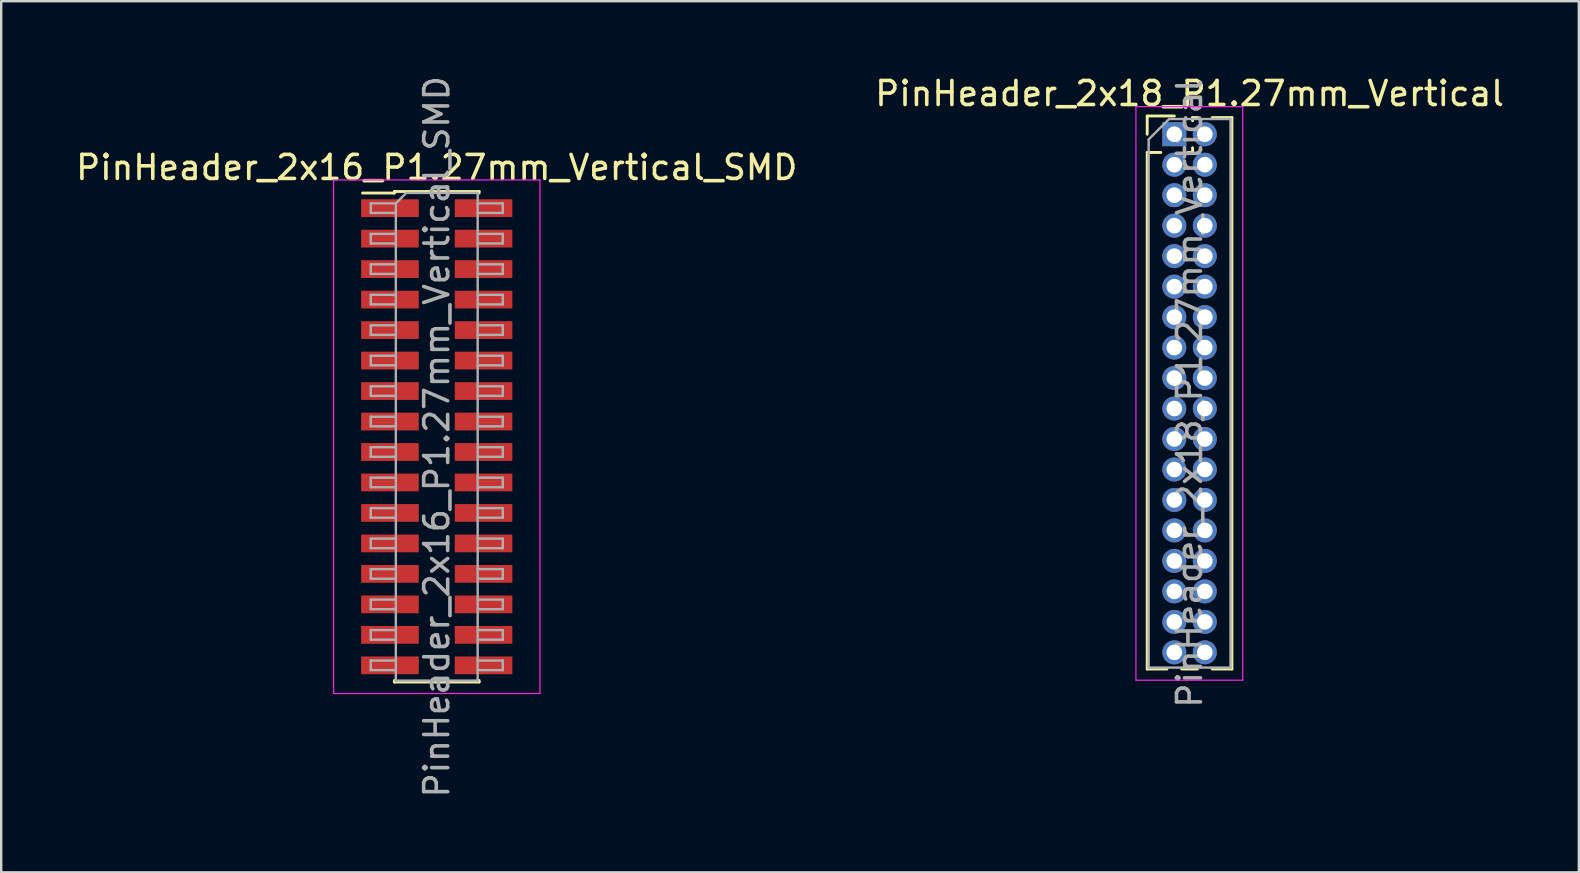
<source format=kicad_pcb>
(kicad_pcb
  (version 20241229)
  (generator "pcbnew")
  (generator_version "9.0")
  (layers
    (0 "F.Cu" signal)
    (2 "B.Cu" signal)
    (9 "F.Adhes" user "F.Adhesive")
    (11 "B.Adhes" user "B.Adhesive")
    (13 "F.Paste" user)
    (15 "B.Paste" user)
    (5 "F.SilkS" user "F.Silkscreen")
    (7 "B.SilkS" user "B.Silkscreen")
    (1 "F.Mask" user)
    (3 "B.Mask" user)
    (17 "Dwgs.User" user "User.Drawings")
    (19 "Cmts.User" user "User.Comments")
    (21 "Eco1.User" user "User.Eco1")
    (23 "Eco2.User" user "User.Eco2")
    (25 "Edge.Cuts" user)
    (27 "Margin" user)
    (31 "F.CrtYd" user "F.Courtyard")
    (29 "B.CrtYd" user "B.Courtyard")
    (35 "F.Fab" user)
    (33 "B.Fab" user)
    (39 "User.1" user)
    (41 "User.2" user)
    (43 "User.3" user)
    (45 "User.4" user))
  (footprint "PinHeader_2x18_P1.27mm_Vertical"
    (layer "F.Cu")
    (at 45.883 2.543)
    (property "Reference" "PinHeader_2x18_P1.27mm_Vertical" (at 0.635 -1.695 0) (layer "F.SilkS") (effects (font (size 1 1) (thickness 0.15))))
    (attr through_hole)
    (fp_line (start -1.13 -0.76) (end 0 -0.76) (stroke (width 0.12) (type solid)) (layer "F.SilkS"))
    (fp_line (start -1.13 0) (end -1.13 -0.76) (stroke (width 0.12) (type solid)) (layer "F.SilkS"))
    (fp_line (start -1.13 0.76) (end -1.13 22.285) (stroke (width 0.12) (type solid)) (layer "F.SilkS"))
    (fp_line (start -1.13 0.76) (end -0.563 0.76) (stroke (width 0.12) (type solid)) (layer "F.SilkS"))
    (fp_line (start -1.13 22.285) (end -0.308 22.285) (stroke (width 0.12) (type solid)) (layer "F.SilkS"))
    (fp_line (start 0.308 22.285) (end 0.962 22.285) (stroke (width 0.12) (type solid)) (layer "F.SilkS"))
    (fp_line (start 0.563 0.76) (end 0.707 0.76) (stroke (width 0.12) (type solid)) (layer "F.SilkS"))
    (fp_line (start 0.76 -0.695) (end 0.962 -0.695) (stroke (width 0.12) (type solid)) (layer "F.SilkS"))
    (fp_line (start 0.76 -0.563) (end 0.76 -0.695) (stroke (width 0.12) (type solid)) (layer "F.SilkS"))
    (fp_line (start 0.76 0.707) (end 0.76 0.563) (stroke (width 0.12) (type solid)) (layer "F.SilkS"))
    (fp_line (start 1.578 -0.695) (end 2.4 -0.695) (stroke (width 0.12) (type solid)) (layer "F.SilkS"))
    (fp_line (start 1.578 22.285) (end 2.4 22.285) (stroke (width 0.12) (type solid)) (layer "F.SilkS"))
    (fp_line (start 2.4 -0.695) (end 2.4 22.285) (stroke (width 0.12) (type solid)) (layer "F.SilkS"))
    (fp_line (start -1.6 -1.15) (end -1.6 22.75) (stroke (width 0.05) (type solid)) (layer "F.CrtYd"))
    (fp_line (start -1.6 22.75) (end 2.85 22.75) (stroke (width 0.05) (type solid)) (layer "F.CrtYd"))
    (fp_line (start 2.85 -1.15) (end -1.6 -1.15) (stroke (width 0.05) (type solid)) (layer "F.CrtYd"))
    (fp_line (start 2.85 22.75) (end 2.85 -1.15) (stroke (width 0.05) (type solid)) (layer "F.CrtYd"))
    (fp_line (start -1.07 0.217) (end -0.217 -0.635) (stroke (width 0.1) (type solid)) (layer "F.Fab"))
    (fp_line (start -1.07 22.225) (end -1.07 0.217) (stroke (width 0.1) (type solid)) (layer "F.Fab"))
    (fp_line (start -0.217 -0.635) (end 2.34 -0.635) (stroke (width 0.1) (type solid)) (layer "F.Fab"))
    (fp_line (start 2.34 -0.635) (end 2.34 22.225) (stroke (width 0.1) (type solid)) (layer "F.Fab"))
    (fp_line (start 2.34 22.225) (end -1.07 22.225) (stroke (width 0.1) (type solid)) (layer "F.Fab"))
    (fp_text user "${REFERENCE}" (at 0.635 10.795 90) (layer "F.Fab") (effects (font (size 1 1) (thickness 0.15))))
    (pad "1" thru_hole rect (at 0 0) (size 1 1) (drill 0.65) (layers "*.Cu" "*.Mask"))
    (pad "2" thru_hole oval (at 1.27 0) (size 1 1) (drill 0.65) (layers "*.Cu" "*.Mask"))
    (pad "3" thru_hole oval (at 0 1.27) (size 1 1) (drill 0.65) (layers "*.Cu" "*.Mask"))
    (pad "4" thru_hole oval (at 1.27 1.27) (size 1 1) (drill 0.65) (layers "*.Cu" "*.Mask"))
    (pad "5" thru_hole oval (at 0 2.54) (size 1 1) (drill 0.65) (layers "*.Cu" "*.Mask"))
    (pad "6" thru_hole oval (at 1.27 2.54) (size 1 1) (drill 0.65) (layers "*.Cu" "*.Mask"))
    (pad "7" thru_hole oval (at 0 3.81) (size 1 1) (drill 0.65) (layers "*.Cu" "*.Mask"))
    (pad "8" thru_hole oval (at 1.27 3.81) (size 1 1) (drill 0.65) (layers "*.Cu" "*.Mask"))
    (pad "9" thru_hole oval (at 0 5.08) (size 1 1) (drill 0.65) (layers "*.Cu" "*.Mask"))
    (pad "10" thru_hole oval (at 1.27 5.08) (size 1 1) (drill 0.65) (layers "*.Cu" "*.Mask"))
    (pad "11" thru_hole oval (at 0 6.35) (size 1 1) (drill 0.65) (layers "*.Cu" "*.Mask"))
    (pad "12" thru_hole oval (at 1.27 6.35) (size 1 1) (drill 0.65) (layers "*.Cu" "*.Mask"))
    (pad "13" thru_hole oval (at 0 7.62) (size 1 1) (drill 0.65) (layers "*.Cu" "*.Mask"))
    (pad "14" thru_hole oval (at 1.27 7.62) (size 1 1) (drill 0.65) (layers "*.Cu" "*.Mask"))
    (pad "15" thru_hole oval (at 0 8.89) (size 1 1) (drill 0.65) (layers "*.Cu" "*.Mask"))
    (pad "16" thru_hole oval (at 1.27 8.89) (size 1 1) (drill 0.65) (layers "*.Cu" "*.Mask"))
    (pad "17" thru_hole oval (at 0 10.16) (size 1 1) (drill 0.65) (layers "*.Cu" "*.Mask"))
    (pad "18" thru_hole oval (at 1.27 10.16) (size 1 1) (drill 0.65) (layers "*.Cu" "*.Mask"))
    (pad "19" thru_hole oval (at 0 11.43) (size 1 1) (drill 0.65) (layers "*.Cu" "*.Mask"))
    (pad "20" thru_hole oval (at 1.27 11.43) (size 1 1) (drill 0.65) (layers "*.Cu" "*.Mask"))
    (pad "21" thru_hole oval (at 0 12.7) (size 1 1) (drill 0.65) (layers "*.Cu" "*.Mask"))
    (pad "22" thru_hole oval (at 1.27 12.7) (size 1 1) (drill 0.65) (layers "*.Cu" "*.Mask"))
    (pad "23" thru_hole oval (at 0 13.97) (size 1 1) (drill 0.65) (layers "*.Cu" "*.Mask"))
    (pad "24" thru_hole oval (at 1.27 13.97) (size 1 1) (drill 0.65) (layers "*.Cu" "*.Mask"))
    (pad "25" thru_hole oval (at 0 15.24) (size 1 1) (drill 0.65) (layers "*.Cu" "*.Mask"))
    (pad "26" thru_hole oval (at 1.27 15.24) (size 1 1) (drill 0.65) (layers "*.Cu" "*.Mask"))
    (pad "27" thru_hole oval (at 0 16.51) (size 1 1) (drill 0.65) (layers "*.Cu" "*.Mask"))
    (pad "28" thru_hole oval (at 1.27 16.51) (size 1 1) (drill 0.65) (layers "*.Cu" "*.Mask"))
    (pad "29" thru_hole oval (at 0 17.78) (size 1 1) (drill 0.65) (layers "*.Cu" "*.Mask"))
    (pad "30" thru_hole oval (at 1.27 17.78) (size 1 1) (drill 0.65) (layers "*.Cu" "*.Mask"))
    (pad "31" thru_hole oval (at 0 19.05) (size 1 1) (drill 0.65) (layers "*.Cu" "*.Mask"))
    (pad "32" thru_hole oval (at 1.27 19.05) (size 1 1) (drill 0.65) (layers "*.Cu" "*.Mask"))
    (pad "33" thru_hole oval (at 0 20.32) (size 1 1) (drill 0.65) (layers "*.Cu" "*.Mask"))
    (pad "34" thru_hole oval (at 1.27 20.32) (size 1 1) (drill 0.65) (layers "*.Cu" "*.Mask"))
    (pad "35" thru_hole oval (at 0 21.59) (size 1 1) (drill 0.65) (layers "*.Cu" "*.Mask"))
    (pad "36" thru_hole oval (at 1.27 21.59) (size 1 1) (drill 0.65) (layers "*.Cu" "*.Mask")))
  (footprint "PinHeader_2x16_P1.27mm_Vertical_SMD"
    (layer "F.Cu")
    (at 15.149 15.149)
    (property "Reference" "PinHeader_2x16_P1.27mm_Vertical_SMD" (at 0 -11.22 0) (layer "F.SilkS") (effects (font (size 1 1) (thickness 0.15))))
    (attr smd)
    (fp_line (start -3.09 -10.155) (end -1.765 -10.155) (stroke (width 0.12) (type solid)) (layer "F.SilkS"))
    (fp_line (start -1.765 -10.22) (end -1.765 -10.155) (stroke (width 0.12) (type solid)) (layer "F.SilkS"))
    (fp_line (start -1.765 -10.22) (end 1.765 -10.22) (stroke (width 0.12) (type solid)) (layer "F.SilkS"))
    (fp_line (start -1.765 10.155) (end -1.765 10.22) (stroke (width 0.12) (type solid)) (layer "F.SilkS"))
    (fp_line (start -1.765 10.22) (end 1.765 10.22) (stroke (width 0.12) (type solid)) (layer "F.SilkS"))
    (fp_line (start 1.765 -10.22) (end 1.765 -10.155) (stroke (width 0.12) (type solid)) (layer "F.SilkS"))
    (fp_line (start 1.765 10.155) (end 1.765 10.22) (stroke (width 0.12) (type solid)) (layer "F.SilkS"))
    (fp_line (start -4.3 -10.7) (end -4.3 10.7) (stroke (width 0.05) (type solid)) (layer "F.CrtYd"))
    (fp_line (start -4.3 10.7) (end 4.3 10.7) (stroke (width 0.05) (type solid)) (layer "F.CrtYd"))
    (fp_line (start 4.3 -10.7) (end -4.3 -10.7) (stroke (width 0.05) (type solid)) (layer "F.CrtYd"))
    (fp_line (start 4.3 10.7) (end 4.3 -10.7) (stroke (width 0.05) (type solid)) (layer "F.CrtYd"))
    (fp_line (start -2.75 -9.725) (end -2.75 -9.325) (stroke (width 0.1) (type solid)) (layer "F.Fab"))
    (fp_line (start -2.75 -9.325) (end -1.705 -9.325) (stroke (width 0.1) (type solid)) (layer "F.Fab"))
    (fp_line (start -2.75 -8.455) (end -2.75 -8.055) (stroke (width 0.1) (type solid)) (layer "F.Fab"))
    (fp_line (start -2.75 -8.055) (end -1.705 -8.055) (stroke (width 0.1) (type solid)) (layer "F.Fab"))
    (fp_line (start -2.75 -7.185) (end -2.75 -6.785) (stroke (width 0.1) (type solid)) (layer "F.Fab"))
    (fp_line (start -2.75 -6.785) (end -1.705 -6.785) (stroke (width 0.1) (type solid)) (layer "F.Fab"))
    (fp_line (start -2.75 -5.915) (end -2.75 -5.515) (stroke (width 0.1) (type solid)) (layer "F.Fab"))
    (fp_line (start -2.75 -5.515) (end -1.705 -5.515) (stroke (width 0.1) (type solid)) (layer "F.Fab"))
    (fp_line (start -2.75 -4.645) (end -2.75 -4.245) (stroke (width 0.1) (type solid)) (layer "F.Fab"))
    (fp_line (start -2.75 -4.245) (end -1.705 -4.245) (stroke (width 0.1) (type solid)) (layer "F.Fab"))
    (fp_line (start -2.75 -3.375) (end -2.75 -2.975) (stroke (width 0.1) (type solid)) (layer "F.Fab"))
    (fp_line (start -2.75 -2.975) (end -1.705 -2.975) (stroke (width 0.1) (type solid)) (layer "F.Fab"))
    (fp_line (start -2.75 -2.105) (end -2.75 -1.705) (stroke (width 0.1) (type solid)) (layer "F.Fab"))
    (fp_line (start -2.75 -1.705) (end -1.705 -1.705) (stroke (width 0.1) (type solid)) (layer "F.Fab"))
    (fp_line (start -2.75 -0.835) (end -2.75 -0.435) (stroke (width 0.1) (type solid)) (layer "F.Fab"))
    (fp_line (start -2.75 -0.435) (end -1.705 -0.435) (stroke (width 0.1) (type solid)) (layer "F.Fab"))
    (fp_line (start -2.75 0.435) (end -2.75 0.835) (stroke (width 0.1) (type solid)) (layer "F.Fab"))
    (fp_line (start -2.75 0.835) (end -1.705 0.835) (stroke (width 0.1) (type solid)) (layer "F.Fab"))
    (fp_line (start -2.75 1.705) (end -2.75 2.105) (stroke (width 0.1) (type solid)) (layer "F.Fab"))
    (fp_line (start -2.75 2.105) (end -1.705 2.105) (stroke (width 0.1) (type solid)) (layer "F.Fab"))
    (fp_line (start -2.75 2.975) (end -2.75 3.375) (stroke (width 0.1) (type solid)) (layer "F.Fab"))
    (fp_line (start -2.75 3.375) (end -1.705 3.375) (stroke (width 0.1) (type solid)) (layer "F.Fab"))
    (fp_line (start -2.75 4.245) (end -2.75 4.645) (stroke (width 0.1) (type solid)) (layer "F.Fab"))
    (fp_line (start -2.75 4.645) (end -1.705 4.645) (stroke (width 0.1) (type solid)) (layer "F.Fab"))
    (fp_line (start -2.75 5.515) (end -2.75 5.915) (stroke (width 0.1) (type solid)) (layer "F.Fab"))
    (fp_line (start -2.75 5.915) (end -1.705 5.915) (stroke (width 0.1) (type solid)) (layer "F.Fab"))
    (fp_line (start -2.75 6.785) (end -2.75 7.185) (stroke (width 0.1) (type solid)) (layer "F.Fab"))
    (fp_line (start -2.75 7.185) (end -1.705 7.185) (stroke (width 0.1) (type solid)) (layer "F.Fab"))
    (fp_line (start -2.75 8.055) (end -2.75 8.455) (stroke (width 0.1) (type solid)) (layer "F.Fab"))
    (fp_line (start -2.75 8.455) (end -1.705 8.455) (stroke (width 0.1) (type solid)) (layer "F.Fab"))
    (fp_line (start -2.75 9.325) (end -2.75 9.725) (stroke (width 0.1) (type solid)) (layer "F.Fab"))
    (fp_line (start -2.75 9.725) (end -1.705 9.725) (stroke (width 0.1) (type solid)) (layer "F.Fab"))
    (fp_line (start -1.705 -9.725) (end -2.75 -9.725) (stroke (width 0.1) (type solid)) (layer "F.Fab"))
    (fp_line (start -1.705 -9.725) (end -1.27 -10.16) (stroke (width 0.1) (type solid)) (layer "F.Fab"))
    (fp_line (start -1.705 -8.455) (end -2.75 -8.455) (stroke (width 0.1) (type solid)) (layer "F.Fab"))
    (fp_line (start -1.705 -7.185) (end -2.75 -7.185) (stroke (width 0.1) (type solid)) (layer "F.Fab"))
    (fp_line (start -1.705 -5.915) (end -2.75 -5.915) (stroke (width 0.1) (type solid)) (layer "F.Fab"))
    (fp_line (start -1.705 -4.645) (end -2.75 -4.645) (stroke (width 0.1) (type solid)) (layer "F.Fab"))
    (fp_line (start -1.705 -3.375) (end -2.75 -3.375) (stroke (width 0.1) (type solid)) (layer "F.Fab"))
    (fp_line (start -1.705 -2.105) (end -2.75 -2.105) (stroke (width 0.1) (type solid)) (layer "F.Fab"))
    (fp_line (start -1.705 -0.835) (end -2.75 -0.835) (stroke (width 0.1) (type solid)) (layer "F.Fab"))
    (fp_line (start -1.705 0.435) (end -2.75 0.435) (stroke (width 0.1) (type solid)) (layer "F.Fab"))
    (fp_line (start -1.705 1.705) (end -2.75 1.705) (stroke (width 0.1) (type solid)) (layer "F.Fab"))
    (fp_line (start -1.705 2.975) (end -2.75 2.975) (stroke (width 0.1) (type solid)) (layer "F.Fab"))
    (fp_line (start -1.705 4.245) (end -2.75 4.245) (stroke (width 0.1) (type solid)) (layer "F.Fab"))
    (fp_line (start -1.705 5.515) (end -2.75 5.515) (stroke (width 0.1) (type solid)) (layer "F.Fab"))
    (fp_line (start -1.705 6.785) (end -2.75 6.785) (stroke (width 0.1) (type solid)) (layer "F.Fab"))
    (fp_line (start -1.705 8.055) (end -2.75 8.055) (stroke (width 0.1) (type solid)) (layer "F.Fab"))
    (fp_line (start -1.705 9.325) (end -2.75 9.325) (stroke (width 0.1) (type solid)) (layer "F.Fab"))
    (fp_line (start -1.705 10.16) (end -1.705 -9.725) (stroke (width 0.1) (type solid)) (layer "F.Fab"))
    (fp_line (start -1.27 -10.16) (end 1.705 -10.16) (stroke (width 0.1) (type solid)) (layer "F.Fab"))
    (fp_line (start 1.705 -10.16) (end 1.705 10.16) (stroke (width 0.1) (type solid)) (layer "F.Fab"))
    (fp_line (start 1.705 -9.725) (end 2.75 -9.725) (stroke (width 0.1) (type solid)) (layer "F.Fab"))
    (fp_line (start 1.705 -8.455) (end 2.75 -8.455) (stroke (width 0.1) (type solid)) (layer "F.Fab"))
    (fp_line (start 1.705 -7.185) (end 2.75 -7.185) (stroke (width 0.1) (type solid)) (layer "F.Fab"))
    (fp_line (start 1.705 -5.915) (end 2.75 -5.915) (stroke (width 0.1) (type solid)) (layer "F.Fab"))
    (fp_line (start 1.705 -4.645) (end 2.75 -4.645) (stroke (width 0.1) (type solid)) (layer "F.Fab"))
    (fp_line (start 1.705 -3.375) (end 2.75 -3.375) (stroke (width 0.1) (type solid)) (layer "F.Fab"))
    (fp_line (start 1.705 -2.105) (end 2.75 -2.105) (stroke (width 0.1) (type solid)) (layer "F.Fab"))
    (fp_line (start 1.705 -0.835) (end 2.75 -0.835) (stroke (width 0.1) (type solid)) (layer "F.Fab"))
    (fp_line (start 1.705 0.435) (end 2.75 0.435) (stroke (width 0.1) (type solid)) (layer "F.Fab"))
    (fp_line (start 1.705 1.705) (end 2.75 1.705) (stroke (width 0.1) (type solid)) (layer "F.Fab"))
    (fp_line (start 1.705 2.975) (end 2.75 2.975) (stroke (width 0.1) (type solid)) (layer "F.Fab"))
    (fp_line (start 1.705 4.245) (end 2.75 4.245) (stroke (width 0.1) (type solid)) (layer "F.Fab"))
    (fp_line (start 1.705 5.515) (end 2.75 5.515) (stroke (width 0.1) (type solid)) (layer "F.Fab"))
    (fp_line (start 1.705 6.785) (end 2.75 6.785) (stroke (width 0.1) (type solid)) (layer "F.Fab"))
    (fp_line (start 1.705 8.055) (end 2.75 8.055) (stroke (width 0.1) (type solid)) (layer "F.Fab"))
    (fp_line (start 1.705 9.325) (end 2.75 9.325) (stroke (width 0.1) (type solid)) (layer "F.Fab"))
    (fp_line (start 1.705 10.16) (end -1.705 10.16) (stroke (width 0.1) (type solid)) (layer "F.Fab"))
    (fp_line (start 2.75 -9.725) (end 2.75 -9.325) (stroke (width 0.1) (type solid)) (layer "F.Fab"))
    (fp_line (start 2.75 -9.325) (end 1.705 -9.325) (stroke (width 0.1) (type solid)) (layer "F.Fab"))
    (fp_line (start 2.75 -8.455) (end 2.75 -8.055) (stroke (width 0.1) (type solid)) (layer "F.Fab"))
    (fp_line (start 2.75 -8.055) (end 1.705 -8.055) (stroke (width 0.1) (type solid)) (layer "F.Fab"))
    (fp_line (start 2.75 -7.185) (end 2.75 -6.785) (stroke (width 0.1) (type solid)) (layer "F.Fab"))
    (fp_line (start 2.75 -6.785) (end 1.705 -6.785) (stroke (width 0.1) (type solid)) (layer "F.Fab"))
    (fp_line (start 2.75 -5.915) (end 2.75 -5.515) (stroke (width 0.1) (type solid)) (layer "F.Fab"))
    (fp_line (start 2.75 -5.515) (end 1.705 -5.515) (stroke (width 0.1) (type solid)) (layer "F.Fab"))
    (fp_line (start 2.75 -4.645) (end 2.75 -4.245) (stroke (width 0.1) (type solid)) (layer "F.Fab"))
    (fp_line (start 2.75 -4.245) (end 1.705 -4.245) (stroke (width 0.1) (type solid)) (layer "F.Fab"))
    (fp_line (start 2.75 -3.375) (end 2.75 -2.975) (stroke (width 0.1) (type solid)) (layer "F.Fab"))
    (fp_line (start 2.75 -2.975) (end 1.705 -2.975) (stroke (width 0.1) (type solid)) (layer "F.Fab"))
    (fp_line (start 2.75 -2.105) (end 2.75 -1.705) (stroke (width 0.1) (type solid)) (layer "F.Fab"))
    (fp_line (start 2.75 -1.705) (end 1.705 -1.705) (stroke (width 0.1) (type solid)) (layer "F.Fab"))
    (fp_line (start 2.75 -0.835) (end 2.75 -0.435) (stroke (width 0.1) (type solid)) (layer "F.Fab"))
    (fp_line (start 2.75 -0.435) (end 1.705 -0.435) (stroke (width 0.1) (type solid)) (layer "F.Fab"))
    (fp_line (start 2.75 0.435) (end 2.75 0.835) (stroke (width 0.1) (type solid)) (layer "F.Fab"))
    (fp_line (start 2.75 0.835) (end 1.705 0.835) (stroke (width 0.1) (type solid)) (layer "F.Fab"))
    (fp_line (start 2.75 1.705) (end 2.75 2.105) (stroke (width 0.1) (type solid)) (layer "F.Fab"))
    (fp_line (start 2.75 2.105) (end 1.705 2.105) (stroke (width 0.1) (type solid)) (layer "F.Fab"))
    (fp_line (start 2.75 2.975) (end 2.75 3.375) (stroke (width 0.1) (type solid)) (layer "F.Fab"))
    (fp_line (start 2.75 3.375) (end 1.705 3.375) (stroke (width 0.1) (type solid)) (layer "F.Fab"))
    (fp_line (start 2.75 4.245) (end 2.75 4.645) (stroke (width 0.1) (type solid)) (layer "F.Fab"))
    (fp_line (start 2.75 4.645) (end 1.705 4.645) (stroke (width 0.1) (type solid)) (layer "F.Fab"))
    (fp_line (start 2.75 5.515) (end 2.75 5.915) (stroke (width 0.1) (type solid)) (layer "F.Fab"))
    (fp_line (start 2.75 5.915) (end 1.705 5.915) (stroke (width 0.1) (type solid)) (layer "F.Fab"))
    (fp_line (start 2.75 6.785) (end 2.75 7.185) (stroke (width 0.1) (type solid)) (layer "F.Fab"))
    (fp_line (start 2.75 7.185) (end 1.705 7.185) (stroke (width 0.1) (type solid)) (layer "F.Fab"))
    (fp_line (start 2.75 8.055) (end 2.75 8.455) (stroke (width 0.1) (type solid)) (layer "F.Fab"))
    (fp_line (start 2.75 8.455) (end 1.705 8.455) (stroke (width 0.1) (type solid)) (layer "F.Fab"))
    (fp_line (start 2.75 9.325) (end 2.75 9.725) (stroke (width 0.1) (type solid)) (layer "F.Fab"))
    (fp_line (start 2.75 9.725) (end 1.705 9.725) (stroke (width 0.1) (type solid)) (layer "F.Fab"))
    (fp_text user "${REFERENCE}" (at 0 0 90) (layer "F.Fab") (effects (font (size 1 1) (thickness 0.15))))
    (pad "1" smd rect (at -1.95 -9.525) (size 2.4 0.74) (layers "F.Cu" "F.Mask" "F.Paste"))
    (pad "2" smd rect (at 1.95 -9.525) (size 2.4 0.74) (layers "F.Cu" "F.Mask" "F.Paste"))
    (pad "3" smd rect (at -1.95 -8.255) (size 2.4 0.74) (layers "F.Cu" "F.Mask" "F.Paste"))
    (pad "4" smd rect (at 1.95 -8.255) (size 2.4 0.74) (layers "F.Cu" "F.Mask" "F.Paste"))
    (pad "5" smd rect (at -1.95 -6.985) (size 2.4 0.74) (layers "F.Cu" "F.Mask" "F.Paste"))
    (pad "6" smd rect (at 1.95 -6.985) (size 2.4 0.74) (layers "F.Cu" "F.Mask" "F.Paste"))
    (pad "7" smd rect (at -1.95 -5.715) (size 2.4 0.74) (layers "F.Cu" "F.Mask" "F.Paste"))
    (pad "8" smd rect (at 1.95 -5.715) (size 2.4 0.74) (layers "F.Cu" "F.Mask" "F.Paste"))
    (pad "9" smd rect (at -1.95 -4.445) (size 2.4 0.74) (layers "F.Cu" "F.Mask" "F.Paste"))
    (pad "10" smd rect (at 1.95 -4.445) (size 2.4 0.74) (layers "F.Cu" "F.Mask" "F.Paste"))
    (pad "11" smd rect (at -1.95 -3.175) (size 2.4 0.74) (layers "F.Cu" "F.Mask" "F.Paste"))
    (pad "12" smd rect (at 1.95 -3.175) (size 2.4 0.74) (layers "F.Cu" "F.Mask" "F.Paste"))
    (pad "13" smd rect (at -1.95 -1.905) (size 2.4 0.74) (layers "F.Cu" "F.Mask" "F.Paste"))
    (pad "14" smd rect (at 1.95 -1.905) (size 2.4 0.74) (layers "F.Cu" "F.Mask" "F.Paste"))
    (pad "15" smd rect (at -1.95 -0.635) (size 2.4 0.74) (layers "F.Cu" "F.Mask" "F.Paste"))
    (pad "16" smd rect (at 1.95 -0.635) (size 2.4 0.74) (layers "F.Cu" "F.Mask" "F.Paste"))
    (pad "17" smd rect (at -1.95 0.635) (size 2.4 0.74) (layers "F.Cu" "F.Mask" "F.Paste"))
    (pad "18" smd rect (at 1.95 0.635) (size 2.4 0.74) (layers "F.Cu" "F.Mask" "F.Paste"))
    (pad "19" smd rect (at -1.95 1.905) (size 2.4 0.74) (layers "F.Cu" "F.Mask" "F.Paste"))
    (pad "20" smd rect (at 1.95 1.905) (size 2.4 0.74) (layers "F.Cu" "F.Mask" "F.Paste"))
    (pad "21" smd rect (at -1.95 3.175) (size 2.4 0.74) (layers "F.Cu" "F.Mask" "F.Paste"))
    (pad "22" smd rect (at 1.95 3.175) (size 2.4 0.74) (layers "F.Cu" "F.Mask" "F.Paste"))
    (pad "23" smd rect (at -1.95 4.445) (size 2.4 0.74) (layers "F.Cu" "F.Mask" "F.Paste"))
    (pad "24" smd rect (at 1.95 4.445) (size 2.4 0.74) (layers "F.Cu" "F.Mask" "F.Paste"))
    (pad "25" smd rect (at -1.95 5.715) (size 2.4 0.74) (layers "F.Cu" "F.Mask" "F.Paste"))
    (pad "26" smd rect (at 1.95 5.715) (size 2.4 0.74) (layers "F.Cu" "F.Mask" "F.Paste"))
    (pad "27" smd rect (at -1.95 6.985) (size 2.4 0.74) (layers "F.Cu" "F.Mask" "F.Paste"))
    (pad "28" smd rect (at 1.95 6.985) (size 2.4 0.74) (layers "F.Cu" "F.Mask" "F.Paste"))
    (pad "29" smd rect (at -1.95 8.255) (size 2.4 0.74) (layers "F.Cu" "F.Mask" "F.Paste"))
    (pad "30" smd rect (at 1.95 8.255) (size 2.4 0.74) (layers "F.Cu" "F.Mask" "F.Paste"))
    (pad "31" smd rect (at -1.95 9.525) (size 2.4 0.74) (layers "F.Cu" "F.Mask" "F.Paste"))
    (pad "32" smd rect (at 1.95 9.525) (size 2.4 0.74) (layers "F.Cu" "F.Mask" "F.Paste")))
  (gr_rect
    (start -3 -3)
    (end 62.738 33.298)
    (stroke (width 0.1) (type default))
    (fill no)
    (layer "Edge.Cuts")))
</source>
